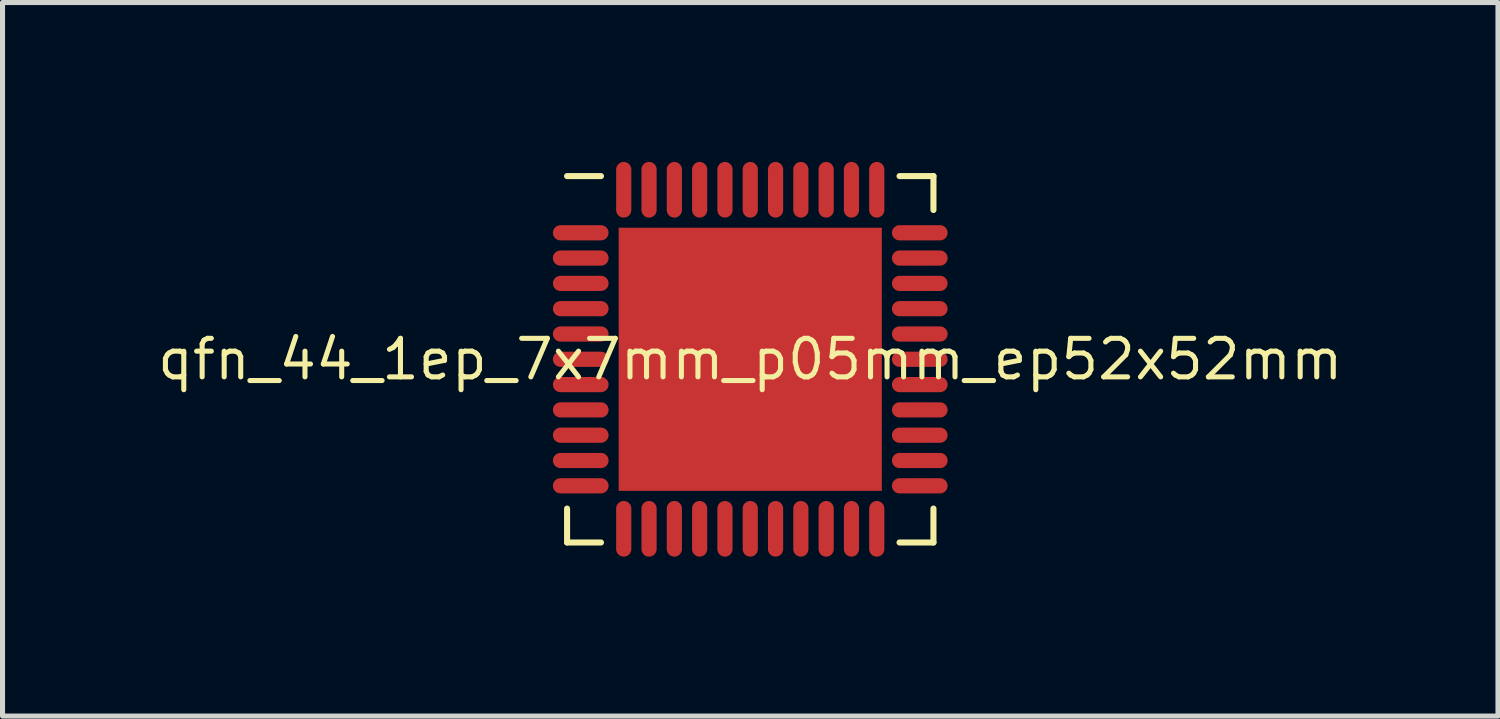
<source format=kicad_pcb>
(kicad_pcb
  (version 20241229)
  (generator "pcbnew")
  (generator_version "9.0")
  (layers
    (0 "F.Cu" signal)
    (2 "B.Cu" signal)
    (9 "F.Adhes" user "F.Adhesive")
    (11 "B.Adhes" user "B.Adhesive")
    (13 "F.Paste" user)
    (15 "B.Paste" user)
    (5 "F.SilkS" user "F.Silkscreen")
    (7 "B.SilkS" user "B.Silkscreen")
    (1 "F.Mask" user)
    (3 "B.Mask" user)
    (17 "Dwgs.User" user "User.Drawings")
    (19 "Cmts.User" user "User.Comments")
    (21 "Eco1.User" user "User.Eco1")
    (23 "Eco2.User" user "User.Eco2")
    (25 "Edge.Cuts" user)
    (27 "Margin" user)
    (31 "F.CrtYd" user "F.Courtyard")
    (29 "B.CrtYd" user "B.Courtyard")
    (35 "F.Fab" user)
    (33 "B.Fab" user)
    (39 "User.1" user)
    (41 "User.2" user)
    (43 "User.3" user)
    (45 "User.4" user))
  (footprint "qfn_44_1ep_7x7mm_p05mm_ep52x52mm"
    (layer "F.Cu")
    (at 11.776 4.05)
    (property "Reference" "qfn_44_1ep_7x7mm_p05mm_ep52x52mm" (at 0 0 0) (layer "F.SilkS") (effects (font (size 0.762 0.762) (thickness 0.1))))
    (attr through_hole)
    (fp_poly (pts (xy -2.75 2.75) (xy 2.75 2.75) (xy 2.75 -2.75) (xy -2.75 -2.75)) (stroke (width 0) (type solid)) (fill yes) (layer "F.Mask"))
    (fp_poly (pts (xy -2.95 -2.2) (xy -2.891 -2.206) (xy -2.835 -2.223) (xy -2.783 -2.251) (xy -2.738 -2.288) (xy -2.701 -2.333) (xy -2.673 -2.385) (xy -2.656 -2.441) (xy -2.65 -2.5) (xy -2.656 -2.559) (xy -2.673 -2.615) (xy -2.701 -2.667) (xy -2.738 -2.712) (xy -2.783 -2.749) (xy -2.835 -2.777) (xy -2.891 -2.794) (xy -2.95 -2.8) (xy -3.75 -2.8) (xy -3.809 -2.794) (xy -3.865 -2.777) (xy -3.917 -2.749) (xy -3.962 -2.712) (xy -3.999 -2.667) (xy -4.027 -2.615) (xy -4.044 -2.559) (xy -4.05 -2.5) (xy -4.044 -2.441) (xy -4.027 -2.385) (xy -3.999 -2.333) (xy -3.962 -2.288) (xy -3.917 -2.251) (xy -3.865 -2.223) (xy -3.809 -2.206) (xy -3.75 -2.2)) (stroke (width 0) (type solid)) (fill yes) (layer "F.Mask"))
    (fp_poly (pts (xy -2.95 -1.7) (xy -2.891 -1.706) (xy -2.835 -1.723) (xy -2.783 -1.751) (xy -2.738 -1.788) (xy -2.701 -1.833) (xy -2.673 -1.885) (xy -2.656 -1.941) (xy -2.65 -2) (xy -2.656 -2.059) (xy -2.673 -2.115) (xy -2.701 -2.167) (xy -2.738 -2.212) (xy -2.783 -2.249) (xy -2.835 -2.277) (xy -2.891 -2.294) (xy -2.95 -2.3) (xy -3.75 -2.3) (xy -3.809 -2.294) (xy -3.865 -2.277) (xy -3.917 -2.249) (xy -3.962 -2.212) (xy -3.999 -2.167) (xy -4.027 -2.115) (xy -4.044 -2.059) (xy -4.05 -2) (xy -4.044 -1.941) (xy -4.027 -1.885) (xy -3.999 -1.833) (xy -3.962 -1.788) (xy -3.917 -1.751) (xy -3.865 -1.723) (xy -3.809 -1.706) (xy -3.75 -1.7)) (stroke (width 0) (type solid)) (fill yes) (layer "F.Mask"))
    (fp_poly (pts (xy -2.95 -1.2) (xy -2.891 -1.206) (xy -2.835 -1.223) (xy -2.783 -1.251) (xy -2.738 -1.288) (xy -2.701 -1.333) (xy -2.673 -1.385) (xy -2.656 -1.441) (xy -2.65 -1.5) (xy -2.656 -1.559) (xy -2.673 -1.615) (xy -2.701 -1.667) (xy -2.738 -1.712) (xy -2.783 -1.749) (xy -2.835 -1.777) (xy -2.891 -1.794) (xy -2.95 -1.8) (xy -3.75 -1.8) (xy -3.809 -1.794) (xy -3.865 -1.777) (xy -3.917 -1.749) (xy -3.962 -1.712) (xy -3.999 -1.667) (xy -4.027 -1.615) (xy -4.044 -1.559) (xy -4.05 -1.5) (xy -4.044 -1.441) (xy -4.027 -1.385) (xy -3.999 -1.333) (xy -3.962 -1.288) (xy -3.917 -1.251) (xy -3.865 -1.223) (xy -3.809 -1.206) (xy -3.75 -1.2)) (stroke (width 0) (type solid)) (fill yes) (layer "F.Mask"))
    (fp_poly (pts (xy -2.95 -0.7) (xy -2.891 -0.706) (xy -2.835 -0.723) (xy -2.783 -0.751) (xy -2.738 -0.788) (xy -2.701 -0.833) (xy -2.673 -0.885) (xy -2.656 -0.941) (xy -2.65 -1) (xy -2.656 -1.059) (xy -2.673 -1.115) (xy -2.701 -1.167) (xy -2.738 -1.212) (xy -2.783 -1.249) (xy -2.835 -1.277) (xy -2.891 -1.294) (xy -2.95 -1.3) (xy -3.75 -1.3) (xy -3.809 -1.294) (xy -3.865 -1.277) (xy -3.917 -1.249) (xy -3.962 -1.212) (xy -3.999 -1.167) (xy -4.027 -1.115) (xy -4.044 -1.059) (xy -4.05 -1) (xy -4.044 -0.941) (xy -4.027 -0.885) (xy -3.999 -0.833) (xy -3.962 -0.788) (xy -3.917 -0.751) (xy -3.865 -0.723) (xy -3.809 -0.706) (xy -3.75 -0.7)) (stroke (width 0) (type solid)) (fill yes) (layer "F.Mask"))
    (fp_poly (pts (xy -2.95 -0.2) (xy -2.891 -0.206) (xy -2.835 -0.223) (xy -2.783 -0.251) (xy -2.738 -0.288) (xy -2.701 -0.333) (xy -2.673 -0.385) (xy -2.656 -0.441) (xy -2.65 -0.5) (xy -2.656 -0.559) (xy -2.673 -0.615) (xy -2.701 -0.667) (xy -2.738 -0.712) (xy -2.783 -0.749) (xy -2.835 -0.777) (xy -2.891 -0.794) (xy -2.95 -0.8) (xy -3.75 -0.8) (xy -3.809 -0.794) (xy -3.865 -0.777) (xy -3.917 -0.749) (xy -3.962 -0.712) (xy -3.999 -0.667) (xy -4.027 -0.615) (xy -4.044 -0.559) (xy -4.05 -0.5) (xy -4.044 -0.441) (xy -4.027 -0.385) (xy -3.999 -0.333) (xy -3.962 -0.288) (xy -3.917 -0.251) (xy -3.865 -0.223) (xy -3.809 -0.206) (xy -3.75 -0.2)) (stroke (width 0) (type solid)) (fill yes) (layer "F.Mask"))
    (fp_poly (pts (xy -2.95 0.3) (xy -2.891 0.294) (xy -2.835 0.277) (xy -2.783 0.249) (xy -2.738 0.212) (xy -2.701 0.167) (xy -2.673 0.115) (xy -2.656 0.059) (xy -2.65 0) (xy -2.656 -0.059) (xy -2.673 -0.115) (xy -2.701 -0.167) (xy -2.738 -0.212) (xy -2.783 -0.249) (xy -2.835 -0.277) (xy -2.891 -0.294) (xy -2.95 -0.3) (xy -3.75 -0.3) (xy -3.809 -0.294) (xy -3.865 -0.277) (xy -3.917 -0.249) (xy -3.962 -0.212) (xy -3.999 -0.167) (xy -4.027 -0.115) (xy -4.044 -0.059) (xy -4.05 0) (xy -4.044 0.059) (xy -4.027 0.115) (xy -3.999 0.167) (xy -3.962 0.212) (xy -3.917 0.249) (xy -3.865 0.277) (xy -3.809 0.294) (xy -3.75 0.3)) (stroke (width 0) (type solid)) (fill yes) (layer "F.Mask"))
    (fp_poly (pts (xy -2.95 0.8) (xy -2.891 0.794) (xy -2.835 0.777) (xy -2.783 0.749) (xy -2.738 0.712) (xy -2.701 0.667) (xy -2.673 0.615) (xy -2.656 0.559) (xy -2.65 0.5) (xy -2.656 0.441) (xy -2.673 0.385) (xy -2.701 0.333) (xy -2.738 0.288) (xy -2.783 0.251) (xy -2.835 0.223) (xy -2.891 0.206) (xy -2.95 0.2) (xy -3.75 0.2) (xy -3.809 0.206) (xy -3.865 0.223) (xy -3.917 0.251) (xy -3.962 0.288) (xy -3.999 0.333) (xy -4.027 0.385) (xy -4.044 0.441) (xy -4.05 0.5) (xy -4.044 0.559) (xy -4.027 0.615) (xy -3.999 0.667) (xy -3.962 0.712) (xy -3.917 0.749) (xy -3.865 0.777) (xy -3.809 0.794) (xy -3.75 0.8)) (stroke (width 0) (type solid)) (fill yes) (layer "F.Mask"))
    (fp_poly (pts (xy -2.95 1.3) (xy -2.891 1.294) (xy -2.835 1.277) (xy -2.783 1.249) (xy -2.738 1.212) (xy -2.701 1.167) (xy -2.673 1.115) (xy -2.656 1.059) (xy -2.65 1) (xy -2.656 0.941) (xy -2.673 0.885) (xy -2.701 0.833) (xy -2.738 0.788) (xy -2.783 0.751) (xy -2.835 0.723) (xy -2.891 0.706) (xy -2.95 0.7) (xy -3.75 0.7) (xy -3.809 0.706) (xy -3.865 0.723) (xy -3.917 0.751) (xy -3.962 0.788) (xy -3.999 0.833) (xy -4.027 0.885) (xy -4.044 0.941) (xy -4.05 1) (xy -4.044 1.059) (xy -4.027 1.115) (xy -3.999 1.167) (xy -3.962 1.212) (xy -3.917 1.249) (xy -3.865 1.277) (xy -3.809 1.294) (xy -3.75 1.3)) (stroke (width 0) (type solid)) (fill yes) (layer "F.Mask"))
    (fp_poly (pts (xy -2.95 1.8) (xy -2.891 1.794) (xy -2.835 1.777) (xy -2.783 1.749) (xy -2.738 1.712) (xy -2.701 1.667) (xy -2.673 1.615) (xy -2.656 1.559) (xy -2.65 1.5) (xy -2.656 1.441) (xy -2.673 1.385) (xy -2.701 1.333) (xy -2.738 1.288) (xy -2.783 1.251) (xy -2.835 1.223) (xy -2.891 1.206) (xy -2.95 1.2) (xy -3.75 1.2) (xy -3.809 1.206) (xy -3.865 1.223) (xy -3.917 1.251) (xy -3.962 1.288) (xy -3.999 1.333) (xy -4.027 1.385) (xy -4.044 1.441) (xy -4.05 1.5) (xy -4.044 1.559) (xy -4.027 1.615) (xy -3.999 1.667) (xy -3.962 1.712) (xy -3.917 1.749) (xy -3.865 1.777) (xy -3.809 1.794) (xy -3.75 1.8)) (stroke (width 0) (type solid)) (fill yes) (layer "F.Mask"))
    (fp_poly (pts (xy -2.95 2.3) (xy -2.891 2.294) (xy -2.835 2.277) (xy -2.783 2.249) (xy -2.738 2.212) (xy -2.701 2.167) (xy -2.673 2.115) (xy -2.656 2.059) (xy -2.65 2) (xy -2.656 1.941) (xy -2.673 1.885) (xy -2.701 1.833) (xy -2.738 1.788) (xy -2.783 1.751) (xy -2.835 1.723) (xy -2.891 1.706) (xy -2.95 1.7) (xy -3.75 1.7) (xy -3.809 1.706) (xy -3.865 1.723) (xy -3.917 1.751) (xy -3.962 1.788) (xy -3.999 1.833) (xy -4.027 1.885) (xy -4.044 1.941) (xy -4.05 2) (xy -4.044 2.059) (xy -4.027 2.115) (xy -3.999 2.167) (xy -3.962 2.212) (xy -3.917 2.249) (xy -3.865 2.277) (xy -3.809 2.294) (xy -3.75 2.3)) (stroke (width 0) (type solid)) (fill yes) (layer "F.Mask"))
    (fp_poly (pts (xy -2.95 2.8) (xy -2.891 2.794) (xy -2.835 2.777) (xy -2.783 2.749) (xy -2.738 2.712) (xy -2.701 2.667) (xy -2.673 2.615) (xy -2.656 2.559) (xy -2.65 2.5) (xy -2.656 2.441) (xy -2.673 2.385) (xy -2.701 2.333) (xy -2.738 2.288) (xy -2.783 2.251) (xy -2.835 2.223) (xy -2.891 2.206) (xy -2.95 2.2) (xy -3.75 2.2) (xy -3.809 2.206) (xy -3.865 2.223) (xy -3.917 2.251) (xy -3.962 2.288) (xy -3.999 2.333) (xy -4.027 2.385) (xy -4.044 2.441) (xy -4.05 2.5) (xy -4.044 2.559) (xy -4.027 2.615) (xy -3.999 2.667) (xy -3.962 2.712) (xy -3.917 2.749) (xy -3.865 2.777) (xy -3.809 2.794) (xy -3.75 2.8)) (stroke (width 0) (type solid)) (fill yes) (layer "F.Mask"))
    (fp_poly (pts (xy -2.2 -3.75) (xy -2.206 -3.809) (xy -2.223 -3.865) (xy -2.251 -3.917) (xy -2.288 -3.962) (xy -2.333 -3.999) (xy -2.385 -4.027) (xy -2.441 -4.044) (xy -2.5 -4.05) (xy -2.559 -4.044) (xy -2.615 -4.027) (xy -2.667 -3.999) (xy -2.712 -3.962) (xy -2.749 -3.917) (xy -2.777 -3.865) (xy -2.794 -3.809) (xy -2.8 -3.75) (xy -2.8 -2.95) (xy -2.794 -2.891) (xy -2.777 -2.835) (xy -2.749 -2.783) (xy -2.712 -2.738) (xy -2.667 -2.701) (xy -2.615 -2.673) (xy -2.559 -2.656) (xy -2.5 -2.65) (xy -2.441 -2.656) (xy -2.385 -2.673) (xy -2.333 -2.701) (xy -2.288 -2.738) (xy -2.251 -2.783) (xy -2.223 -2.835) (xy -2.206 -2.891) (xy -2.2 -2.95)) (stroke (width 0) (type solid)) (fill yes) (layer "F.Mask"))
    (fp_poly (pts (xy -2.2 2.95) (xy -2.206 2.891) (xy -2.223 2.835) (xy -2.251 2.783) (xy -2.288 2.738) (xy -2.333 2.701) (xy -2.385 2.673) (xy -2.441 2.656) (xy -2.5 2.65) (xy -2.559 2.656) (xy -2.615 2.673) (xy -2.667 2.701) (xy -2.712 2.738) (xy -2.749 2.783) (xy -2.777 2.835) (xy -2.794 2.891) (xy -2.8 2.95) (xy -2.8 3.75) (xy -2.794 3.809) (xy -2.777 3.865) (xy -2.749 3.917) (xy -2.712 3.962) (xy -2.667 3.999) (xy -2.615 4.027) (xy -2.559 4.044) (xy -2.5 4.05) (xy -2.441 4.044) (xy -2.385 4.027) (xy -2.333 3.999) (xy -2.288 3.962) (xy -2.251 3.917) (xy -2.223 3.865) (xy -2.206 3.809) (xy -2.2 3.75)) (stroke (width 0) (type solid)) (fill yes) (layer "F.Mask"))
    (fp_poly (pts (xy -1.7 -3.75) (xy -1.706 -3.809) (xy -1.723 -3.865) (xy -1.751 -3.917) (xy -1.788 -3.962) (xy -1.833 -3.999) (xy -1.885 -4.027) (xy -1.941 -4.044) (xy -2 -4.05) (xy -2.059 -4.044) (xy -2.115 -4.027) (xy -2.167 -3.999) (xy -2.212 -3.962) (xy -2.249 -3.917) (xy -2.277 -3.865) (xy -2.294 -3.809) (xy -2.3 -3.75) (xy -2.3 -2.95) (xy -2.294 -2.891) (xy -2.277 -2.835) (xy -2.249 -2.783) (xy -2.212 -2.738) (xy -2.167 -2.701) (xy -2.115 -2.673) (xy -2.059 -2.656) (xy -2 -2.65) (xy -1.941 -2.656) (xy -1.885 -2.673) (xy -1.833 -2.701) (xy -1.788 -2.738) (xy -1.751 -2.783) (xy -1.723 -2.835) (xy -1.706 -2.891) (xy -1.7 -2.95)) (stroke (width 0) (type solid)) (fill yes) (layer "F.Mask"))
    (fp_poly (pts (xy -1.7 2.95) (xy -1.706 2.891) (xy -1.723 2.835) (xy -1.751 2.783) (xy -1.788 2.738) (xy -1.833 2.701) (xy -1.885 2.673) (xy -1.941 2.656) (xy -2 2.65) (xy -2.059 2.656) (xy -2.115 2.673) (xy -2.167 2.701) (xy -2.212 2.738) (xy -2.249 2.783) (xy -2.277 2.835) (xy -2.294 2.891) (xy -2.3 2.95) (xy -2.3 3.75) (xy -2.294 3.809) (xy -2.277 3.865) (xy -2.249 3.917) (xy -2.212 3.962) (xy -2.167 3.999) (xy -2.115 4.027) (xy -2.059 4.044) (xy -2 4.05) (xy -1.941 4.044) (xy -1.885 4.027) (xy -1.833 3.999) (xy -1.788 3.962) (xy -1.751 3.917) (xy -1.723 3.865) (xy -1.706 3.809) (xy -1.7 3.75)) (stroke (width 0) (type solid)) (fill yes) (layer "F.Mask"))
    (fp_poly (pts (xy -1.2 -3.75) (xy -1.206 -3.809) (xy -1.223 -3.865) (xy -1.251 -3.917) (xy -1.288 -3.962) (xy -1.333 -3.999) (xy -1.385 -4.027) (xy -1.441 -4.044) (xy -1.5 -4.05) (xy -1.559 -4.044) (xy -1.615 -4.027) (xy -1.667 -3.999) (xy -1.712 -3.962) (xy -1.749 -3.917) (xy -1.777 -3.865) (xy -1.794 -3.809) (xy -1.8 -3.75) (xy -1.8 -2.95) (xy -1.794 -2.891) (xy -1.777 -2.835) (xy -1.749 -2.783) (xy -1.712 -2.738) (xy -1.667 -2.701) (xy -1.615 -2.673) (xy -1.559 -2.656) (xy -1.5 -2.65) (xy -1.441 -2.656) (xy -1.385 -2.673) (xy -1.333 -2.701) (xy -1.288 -2.738) (xy -1.251 -2.783) (xy -1.223 -2.835) (xy -1.206 -2.891) (xy -1.2 -2.95)) (stroke (width 0) (type solid)) (fill yes) (layer "F.Mask"))
    (fp_poly (pts (xy -1.2 2.95) (xy -1.206 2.891) (xy -1.223 2.835) (xy -1.251 2.783) (xy -1.288 2.738) (xy -1.333 2.701) (xy -1.385 2.673) (xy -1.441 2.656) (xy -1.5 2.65) (xy -1.559 2.656) (xy -1.615 2.673) (xy -1.667 2.701) (xy -1.712 2.738) (xy -1.749 2.783) (xy -1.777 2.835) (xy -1.794 2.891) (xy -1.8 2.95) (xy -1.8 3.75) (xy -1.794 3.809) (xy -1.777 3.865) (xy -1.749 3.917) (xy -1.712 3.962) (xy -1.667 3.999) (xy -1.615 4.027) (xy -1.559 4.044) (xy -1.5 4.05) (xy -1.441 4.044) (xy -1.385 4.027) (xy -1.333 3.999) (xy -1.288 3.962) (xy -1.251 3.917) (xy -1.223 3.865) (xy -1.206 3.809) (xy -1.2 3.75)) (stroke (width 0) (type solid)) (fill yes) (layer "F.Mask"))
    (fp_poly (pts (xy -0.7 -3.75) (xy -0.706 -3.809) (xy -0.723 -3.865) (xy -0.751 -3.917) (xy -0.788 -3.962) (xy -0.833 -3.999) (xy -0.885 -4.027) (xy -0.941 -4.044) (xy -1 -4.05) (xy -1.059 -4.044) (xy -1.115 -4.027) (xy -1.167 -3.999) (xy -1.212 -3.962) (xy -1.249 -3.917) (xy -1.277 -3.865) (xy -1.294 -3.809) (xy -1.3 -3.75) (xy -1.3 -2.95) (xy -1.294 -2.891) (xy -1.277 -2.835) (xy -1.249 -2.783) (xy -1.212 -2.738) (xy -1.167 -2.701) (xy -1.115 -2.673) (xy -1.059 -2.656) (xy -1 -2.65) (xy -0.941 -2.656) (xy -0.885 -2.673) (xy -0.833 -2.701) (xy -0.788 -2.738) (xy -0.751 -2.783) (xy -0.723 -2.835) (xy -0.706 -2.891) (xy -0.7 -2.95)) (stroke (width 0) (type solid)) (fill yes) (layer "F.Mask"))
    (fp_poly (pts (xy -0.7 2.95) (xy -0.706 2.891) (xy -0.723 2.835) (xy -0.751 2.783) (xy -0.788 2.738) (xy -0.833 2.701) (xy -0.885 2.673) (xy -0.941 2.656) (xy -1 2.65) (xy -1.059 2.656) (xy -1.115 2.673) (xy -1.167 2.701) (xy -1.212 2.738) (xy -1.249 2.783) (xy -1.277 2.835) (xy -1.294 2.891) (xy -1.3 2.95) (xy -1.3 3.75) (xy -1.294 3.809) (xy -1.277 3.865) (xy -1.249 3.917) (xy -1.212 3.962) (xy -1.167 3.999) (xy -1.115 4.027) (xy -1.059 4.044) (xy -1 4.05) (xy -0.941 4.044) (xy -0.885 4.027) (xy -0.833 3.999) (xy -0.788 3.962) (xy -0.751 3.917) (xy -0.723 3.865) (xy -0.706 3.809) (xy -0.7 3.75)) (stroke (width 0) (type solid)) (fill yes) (layer "F.Mask"))
    (fp_poly (pts (xy -0.2 -3.75) (xy -0.206 -3.809) (xy -0.223 -3.865) (xy -0.251 -3.917) (xy -0.288 -3.962) (xy -0.333 -3.999) (xy -0.385 -4.027) (xy -0.441 -4.044) (xy -0.5 -4.05) (xy -0.559 -4.044) (xy -0.615 -4.027) (xy -0.667 -3.999) (xy -0.712 -3.962) (xy -0.749 -3.917) (xy -0.777 -3.865) (xy -0.794 -3.809) (xy -0.8 -3.75) (xy -0.8 -2.95) (xy -0.794 -2.891) (xy -0.777 -2.835) (xy -0.749 -2.783) (xy -0.712 -2.738) (xy -0.667 -2.701) (xy -0.615 -2.673) (xy -0.559 -2.656) (xy -0.5 -2.65) (xy -0.441 -2.656) (xy -0.385 -2.673) (xy -0.333 -2.701) (xy -0.288 -2.738) (xy -0.251 -2.783) (xy -0.223 -2.835) (xy -0.206 -2.891) (xy -0.2 -2.95)) (stroke (width 0) (type solid)) (fill yes) (layer "F.Mask"))
    (fp_poly (pts (xy -0.2 2.95) (xy -0.206 2.891) (xy -0.223 2.835) (xy -0.251 2.783) (xy -0.288 2.738) (xy -0.333 2.701) (xy -0.385 2.673) (xy -0.441 2.656) (xy -0.5 2.65) (xy -0.559 2.656) (xy -0.615 2.673) (xy -0.667 2.701) (xy -0.712 2.738) (xy -0.749 2.783) (xy -0.777 2.835) (xy -0.794 2.891) (xy -0.8 2.95) (xy -0.8 3.75) (xy -0.794 3.809) (xy -0.777 3.865) (xy -0.749 3.917) (xy -0.712 3.962) (xy -0.667 3.999) (xy -0.615 4.027) (xy -0.559 4.044) (xy -0.5 4.05) (xy -0.441 4.044) (xy -0.385 4.027) (xy -0.333 3.999) (xy -0.288 3.962) (xy -0.251 3.917) (xy -0.223 3.865) (xy -0.206 3.809) (xy -0.2 3.75)) (stroke (width 0) (type solid)) (fill yes) (layer "F.Mask"))
    (fp_poly (pts (xy 0.3 -3.75) (xy 0.294 -3.809) (xy 0.277 -3.865) (xy 0.249 -3.917) (xy 0.212 -3.962) (xy 0.167 -3.999) (xy 0.115 -4.027) (xy 0.059 -4.044) (xy 0 -4.05) (xy -0.059 -4.044) (xy -0.115 -4.027) (xy -0.167 -3.999) (xy -0.212 -3.962) (xy -0.249 -3.917) (xy -0.277 -3.865) (xy -0.294 -3.809) (xy -0.3 -3.75) (xy -0.3 -2.95) (xy -0.294 -2.891) (xy -0.277 -2.835) (xy -0.249 -2.783) (xy -0.212 -2.738) (xy -0.167 -2.701) (xy -0.115 -2.673) (xy -0.059 -2.656) (xy 0 -2.65) (xy 0.059 -2.656) (xy 0.115 -2.673) (xy 0.167 -2.701) (xy 0.212 -2.738) (xy 0.249 -2.783) (xy 0.277 -2.835) (xy 0.294 -2.891) (xy 0.3 -2.95)) (stroke (width 0) (type solid)) (fill yes) (layer "F.Mask"))
    (fp_poly (pts (xy 0.3 2.95) (xy 0.294 2.891) (xy 0.277 2.835) (xy 0.249 2.783) (xy 0.212 2.738) (xy 0.167 2.701) (xy 0.115 2.673) (xy 0.059 2.656) (xy 0 2.65) (xy -0.059 2.656) (xy -0.115 2.673) (xy -0.167 2.701) (xy -0.212 2.738) (xy -0.249 2.783) (xy -0.277 2.835) (xy -0.294 2.891) (xy -0.3 2.95) (xy -0.3 3.75) (xy -0.294 3.809) (xy -0.277 3.865) (xy -0.249 3.917) (xy -0.212 3.962) (xy -0.167 3.999) (xy -0.115 4.027) (xy -0.059 4.044) (xy 0 4.05) (xy 0.059 4.044) (xy 0.115 4.027) (xy 0.167 3.999) (xy 0.212 3.962) (xy 0.249 3.917) (xy 0.277 3.865) (xy 0.294 3.809) (xy 0.3 3.75)) (stroke (width 0) (type solid)) (fill yes) (layer "F.Mask"))
    (fp_poly (pts (xy 0.8 -3.75) (xy 0.794 -3.809) (xy 0.777 -3.865) (xy 0.749 -3.917) (xy 0.712 -3.962) (xy 0.667 -3.999) (xy 0.615 -4.027) (xy 0.559 -4.044) (xy 0.5 -4.05) (xy 0.441 -4.044) (xy 0.385 -4.027) (xy 0.333 -3.999) (xy 0.288 -3.962) (xy 0.251 -3.917) (xy 0.223 -3.865) (xy 0.206 -3.809) (xy 0.2 -3.75) (xy 0.2 -2.95) (xy 0.206 -2.891) (xy 0.223 -2.835) (xy 0.251 -2.783) (xy 0.288 -2.738) (xy 0.333 -2.701) (xy 0.385 -2.673) (xy 0.441 -2.656) (xy 0.5 -2.65) (xy 0.559 -2.656) (xy 0.615 -2.673) (xy 0.667 -2.701) (xy 0.712 -2.738) (xy 0.749 -2.783) (xy 0.777 -2.835) (xy 0.794 -2.891) (xy 0.8 -2.95)) (stroke (width 0) (type solid)) (fill yes) (layer "F.Mask"))
    (fp_poly (pts (xy 0.8 2.95) (xy 0.794 2.891) (xy 0.777 2.835) (xy 0.749 2.783) (xy 0.712 2.738) (xy 0.667 2.701) (xy 0.615 2.673) (xy 0.559 2.656) (xy 0.5 2.65) (xy 0.441 2.656) (xy 0.385 2.673) (xy 0.333 2.701) (xy 0.288 2.738) (xy 0.251 2.783) (xy 0.223 2.835) (xy 0.206 2.891) (xy 0.2 2.95) (xy 0.2 3.75) (xy 0.206 3.809) (xy 0.223 3.865) (xy 0.251 3.917) (xy 0.288 3.962) (xy 0.333 3.999) (xy 0.385 4.027) (xy 0.441 4.044) (xy 0.5 4.05) (xy 0.559 4.044) (xy 0.615 4.027) (xy 0.667 3.999) (xy 0.712 3.962) (xy 0.749 3.917) (xy 0.777 3.865) (xy 0.794 3.809) (xy 0.8 3.75)) (stroke (width 0) (type solid)) (fill yes) (layer "F.Mask"))
    (fp_poly (pts (xy 1.3 -3.75) (xy 1.294 -3.809) (xy 1.277 -3.865) (xy 1.249 -3.917) (xy 1.212 -3.962) (xy 1.167 -3.999) (xy 1.115 -4.027) (xy 1.059 -4.044) (xy 1 -4.05) (xy 0.941 -4.044) (xy 0.885 -4.027) (xy 0.833 -3.999) (xy 0.788 -3.962) (xy 0.751 -3.917) (xy 0.723 -3.865) (xy 0.706 -3.809) (xy 0.7 -3.75) (xy 0.7 -2.95) (xy 0.706 -2.891) (xy 0.723 -2.835) (xy 0.751 -2.783) (xy 0.788 -2.738) (xy 0.833 -2.701) (xy 0.885 -2.673) (xy 0.941 -2.656) (xy 1 -2.65) (xy 1.059 -2.656) (xy 1.115 -2.673) (xy 1.167 -2.701) (xy 1.212 -2.738) (xy 1.249 -2.783) (xy 1.277 -2.835) (xy 1.294 -2.891) (xy 1.3 -2.95)) (stroke (width 0) (type solid)) (fill yes) (layer "F.Mask"))
    (fp_poly (pts (xy 1.3 2.95) (xy 1.294 2.891) (xy 1.277 2.835) (xy 1.249 2.783) (xy 1.212 2.738) (xy 1.167 2.701) (xy 1.115 2.673) (xy 1.059 2.656) (xy 1 2.65) (xy 0.941 2.656) (xy 0.885 2.673) (xy 0.833 2.701) (xy 0.788 2.738) (xy 0.751 2.783) (xy 0.723 2.835) (xy 0.706 2.891) (xy 0.7 2.95) (xy 0.7 3.75) (xy 0.706 3.809) (xy 0.723 3.865) (xy 0.751 3.917) (xy 0.788 3.962) (xy 0.833 3.999) (xy 0.885 4.027) (xy 0.941 4.044) (xy 1 4.05) (xy 1.059 4.044) (xy 1.115 4.027) (xy 1.167 3.999) (xy 1.212 3.962) (xy 1.249 3.917) (xy 1.277 3.865) (xy 1.294 3.809) (xy 1.3 3.75)) (stroke (width 0) (type solid)) (fill yes) (layer "F.Mask"))
    (fp_poly (pts (xy 1.8 -3.75) (xy 1.794 -3.809) (xy 1.777 -3.865) (xy 1.749 -3.917) (xy 1.712 -3.962) (xy 1.667 -3.999) (xy 1.615 -4.027) (xy 1.559 -4.044) (xy 1.5 -4.05) (xy 1.441 -4.044) (xy 1.385 -4.027) (xy 1.333 -3.999) (xy 1.288 -3.962) (xy 1.251 -3.917) (xy 1.223 -3.865) (xy 1.206 -3.809) (xy 1.2 -3.75) (xy 1.2 -2.95) (xy 1.206 -2.891) (xy 1.223 -2.835) (xy 1.251 -2.783) (xy 1.288 -2.738) (xy 1.333 -2.701) (xy 1.385 -2.673) (xy 1.441 -2.656) (xy 1.5 -2.65) (xy 1.559 -2.656) (xy 1.615 -2.673) (xy 1.667 -2.701) (xy 1.712 -2.738) (xy 1.749 -2.783) (xy 1.777 -2.835) (xy 1.794 -2.891) (xy 1.8 -2.95)) (stroke (width 0) (type solid)) (fill yes) (layer "F.Mask"))
    (fp_poly (pts (xy 1.8 2.95) (xy 1.794 2.891) (xy 1.777 2.835) (xy 1.749 2.783) (xy 1.712 2.738) (xy 1.667 2.701) (xy 1.615 2.673) (xy 1.559 2.656) (xy 1.5 2.65) (xy 1.441 2.656) (xy 1.385 2.673) (xy 1.333 2.701) (xy 1.288 2.738) (xy 1.251 2.783) (xy 1.223 2.835) (xy 1.206 2.891) (xy 1.2 2.95) (xy 1.2 3.75) (xy 1.206 3.809) (xy 1.223 3.865) (xy 1.251 3.917) (xy 1.288 3.962) (xy 1.333 3.999) (xy 1.385 4.027) (xy 1.441 4.044) (xy 1.5 4.05) (xy 1.559 4.044) (xy 1.615 4.027) (xy 1.667 3.999) (xy 1.712 3.962) (xy 1.749 3.917) (xy 1.777 3.865) (xy 1.794 3.809) (xy 1.8 3.75)) (stroke (width 0) (type solid)) (fill yes) (layer "F.Mask"))
    (fp_poly (pts (xy 2.3 -3.75) (xy 2.294 -3.809) (xy 2.277 -3.865) (xy 2.249 -3.917) (xy 2.212 -3.962) (xy 2.167 -3.999) (xy 2.115 -4.027) (xy 2.059 -4.044) (xy 2 -4.05) (xy 1.941 -4.044) (xy 1.885 -4.027) (xy 1.833 -3.999) (xy 1.788 -3.962) (xy 1.751 -3.917) (xy 1.723 -3.865) (xy 1.706 -3.809) (xy 1.7 -3.75) (xy 1.7 -2.95) (xy 1.706 -2.891) (xy 1.723 -2.835) (xy 1.751 -2.783) (xy 1.788 -2.738) (xy 1.833 -2.701) (xy 1.885 -2.673) (xy 1.941 -2.656) (xy 2 -2.65) (xy 2.059 -2.656) (xy 2.115 -2.673) (xy 2.167 -2.701) (xy 2.212 -2.738) (xy 2.249 -2.783) (xy 2.277 -2.835) (xy 2.294 -2.891) (xy 2.3 -2.95)) (stroke (width 0) (type solid)) (fill yes) (layer "F.Mask"))
    (fp_poly (pts (xy 2.3 2.95) (xy 2.294 2.891) (xy 2.277 2.835) (xy 2.249 2.783) (xy 2.212 2.738) (xy 2.167 2.701) (xy 2.115 2.673) (xy 2.059 2.656) (xy 2 2.65) (xy 1.941 2.656) (xy 1.885 2.673) (xy 1.833 2.701) (xy 1.788 2.738) (xy 1.751 2.783) (xy 1.723 2.835) (xy 1.706 2.891) (xy 1.7 2.95) (xy 1.7 3.75) (xy 1.706 3.809) (xy 1.723 3.865) (xy 1.751 3.917) (xy 1.788 3.962) (xy 1.833 3.999) (xy 1.885 4.027) (xy 1.941 4.044) (xy 2 4.05) (xy 2.059 4.044) (xy 2.115 4.027) (xy 2.167 3.999) (xy 2.212 3.962) (xy 2.249 3.917) (xy 2.277 3.865) (xy 2.294 3.809) (xy 2.3 3.75)) (stroke (width 0) (type solid)) (fill yes) (layer "F.Mask"))
    (fp_poly (pts (xy 2.8 -3.75) (xy 2.794 -3.809) (xy 2.777 -3.865) (xy 2.749 -3.917) (xy 2.712 -3.962) (xy 2.667 -3.999) (xy 2.615 -4.027) (xy 2.559 -4.044) (xy 2.5 -4.05) (xy 2.441 -4.044) (xy 2.385 -4.027) (xy 2.333 -3.999) (xy 2.288 -3.962) (xy 2.251 -3.917) (xy 2.223 -3.865) (xy 2.206 -3.809) (xy 2.2 -3.75) (xy 2.2 -2.95) (xy 2.206 -2.891) (xy 2.223 -2.835) (xy 2.251 -2.783) (xy 2.288 -2.738) (xy 2.333 -2.701) (xy 2.385 -2.673) (xy 2.441 -2.656) (xy 2.5 -2.65) (xy 2.559 -2.656) (xy 2.615 -2.673) (xy 2.667 -2.701) (xy 2.712 -2.738) (xy 2.749 -2.783) (xy 2.777 -2.835) (xy 2.794 -2.891) (xy 2.8 -2.95)) (stroke (width 0) (type solid)) (fill yes) (layer "F.Mask"))
    (fp_poly (pts (xy 2.8 2.95) (xy 2.794 2.891) (xy 2.777 2.835) (xy 2.749 2.783) (xy 2.712 2.738) (xy 2.667 2.701) (xy 2.615 2.673) (xy 2.559 2.656) (xy 2.5 2.65) (xy 2.441 2.656) (xy 2.385 2.673) (xy 2.333 2.701) (xy 2.288 2.738) (xy 2.251 2.783) (xy 2.223 2.835) (xy 2.206 2.891) (xy 2.2 2.95) (xy 2.2 3.75) (xy 2.206 3.809) (xy 2.223 3.865) (xy 2.251 3.917) (xy 2.288 3.962) (xy 2.333 3.999) (xy 2.385 4.027) (xy 2.441 4.044) (xy 2.5 4.05) (xy 2.559 4.044) (xy 2.615 4.027) (xy 2.667 3.999) (xy 2.712 3.962) (xy 2.749 3.917) (xy 2.777 3.865) (xy 2.794 3.809) (xy 2.8 3.75)) (stroke (width 0) (type solid)) (fill yes) (layer "F.Mask"))
    (fp_poly (pts (xy 3.75 -2.2) (xy 3.809 -2.206) (xy 3.865 -2.223) (xy 3.917 -2.251) (xy 3.962 -2.288) (xy 3.999 -2.333) (xy 4.027 -2.385) (xy 4.044 -2.441) (xy 4.05 -2.5) (xy 4.044 -2.559) (xy 4.027 -2.615) (xy 3.999 -2.667) (xy 3.962 -2.712) (xy 3.917 -2.749) (xy 3.865 -2.777) (xy 3.809 -2.794) (xy 3.75 -2.8) (xy 2.95 -2.8) (xy 2.891 -2.794) (xy 2.835 -2.777) (xy 2.783 -2.749) (xy 2.738 -2.712) (xy 2.701 -2.667) (xy 2.673 -2.615) (xy 2.656 -2.559) (xy 2.65 -2.5) (xy 2.656 -2.441) (xy 2.673 -2.385) (xy 2.701 -2.333) (xy 2.738 -2.288) (xy 2.783 -2.251) (xy 2.835 -2.223) (xy 2.891 -2.206) (xy 2.95 -2.2)) (stroke (width 0) (type solid)) (fill yes) (layer "F.Mask"))
    (fp_poly (pts (xy 3.75 -1.7) (xy 3.809 -1.706) (xy 3.865 -1.723) (xy 3.917 -1.751) (xy 3.962 -1.788) (xy 3.999 -1.833) (xy 4.027 -1.885) (xy 4.044 -1.941) (xy 4.05 -2) (xy 4.044 -2.059) (xy 4.027 -2.115) (xy 3.999 -2.167) (xy 3.962 -2.212) (xy 3.917 -2.249) (xy 3.865 -2.277) (xy 3.809 -2.294) (xy 3.75 -2.3) (xy 2.95 -2.3) (xy 2.891 -2.294) (xy 2.835 -2.277) (xy 2.783 -2.249) (xy 2.738 -2.212) (xy 2.701 -2.167) (xy 2.673 -2.115) (xy 2.656 -2.059) (xy 2.65 -2) (xy 2.656 -1.941) (xy 2.673 -1.885) (xy 2.701 -1.833) (xy 2.738 -1.788) (xy 2.783 -1.751) (xy 2.835 -1.723) (xy 2.891 -1.706) (xy 2.95 -1.7)) (stroke (width 0) (type solid)) (fill yes) (layer "F.Mask"))
    (fp_poly (pts (xy 3.75 -1.2) (xy 3.809 -1.206) (xy 3.865 -1.223) (xy 3.917 -1.251) (xy 3.962 -1.288) (xy 3.999 -1.333) (xy 4.027 -1.385) (xy 4.044 -1.441) (xy 4.05 -1.5) (xy 4.044 -1.559) (xy 4.027 -1.615) (xy 3.999 -1.667) (xy 3.962 -1.712) (xy 3.917 -1.749) (xy 3.865 -1.777) (xy 3.809 -1.794) (xy 3.75 -1.8) (xy 2.95 -1.8) (xy 2.891 -1.794) (xy 2.835 -1.777) (xy 2.783 -1.749) (xy 2.738 -1.712) (xy 2.701 -1.667) (xy 2.673 -1.615) (xy 2.656 -1.559) (xy 2.65 -1.5) (xy 2.656 -1.441) (xy 2.673 -1.385) (xy 2.701 -1.333) (xy 2.738 -1.288) (xy 2.783 -1.251) (xy 2.835 -1.223) (xy 2.891 -1.206) (xy 2.95 -1.2)) (stroke (width 0) (type solid)) (fill yes) (layer "F.Mask"))
    (fp_poly (pts (xy 3.75 -0.7) (xy 3.809 -0.706) (xy 3.865 -0.723) (xy 3.917 -0.751) (xy 3.962 -0.788) (xy 3.999 -0.833) (xy 4.027 -0.885) (xy 4.044 -0.941) (xy 4.05 -1) (xy 4.044 -1.059) (xy 4.027 -1.115) (xy 3.999 -1.167) (xy 3.962 -1.212) (xy 3.917 -1.249) (xy 3.865 -1.277) (xy 3.809 -1.294) (xy 3.75 -1.3) (xy 2.95 -1.3) (xy 2.891 -1.294) (xy 2.835 -1.277) (xy 2.783 -1.249) (xy 2.738 -1.212) (xy 2.701 -1.167) (xy 2.673 -1.115) (xy 2.656 -1.059) (xy 2.65 -1) (xy 2.656 -0.941) (xy 2.673 -0.885) (xy 2.701 -0.833) (xy 2.738 -0.788) (xy 2.783 -0.751) (xy 2.835 -0.723) (xy 2.891 -0.706) (xy 2.95 -0.7)) (stroke (width 0) (type solid)) (fill yes) (layer "F.Mask"))
    (fp_poly (pts (xy 3.75 -0.2) (xy 3.809 -0.206) (xy 3.865 -0.223) (xy 3.917 -0.251) (xy 3.962 -0.288) (xy 3.999 -0.333) (xy 4.027 -0.385) (xy 4.044 -0.441) (xy 4.05 -0.5) (xy 4.044 -0.559) (xy 4.027 -0.615) (xy 3.999 -0.667) (xy 3.962 -0.712) (xy 3.917 -0.749) (xy 3.865 -0.777) (xy 3.809 -0.794) (xy 3.75 -0.8) (xy 2.95 -0.8) (xy 2.891 -0.794) (xy 2.835 -0.777) (xy 2.783 -0.749) (xy 2.738 -0.712) (xy 2.701 -0.667) (xy 2.673 -0.615) (xy 2.656 -0.559) (xy 2.65 -0.5) (xy 2.656 -0.441) (xy 2.673 -0.385) (xy 2.701 -0.333) (xy 2.738 -0.288) (xy 2.783 -0.251) (xy 2.835 -0.223) (xy 2.891 -0.206) (xy 2.95 -0.2)) (stroke (width 0) (type solid)) (fill yes) (layer "F.Mask"))
    (fp_poly (pts (xy 3.75 0.3) (xy 3.809 0.294) (xy 3.865 0.277) (xy 3.917 0.249) (xy 3.962 0.212) (xy 3.999 0.167) (xy 4.027 0.115) (xy 4.044 0.059) (xy 4.05 0) (xy 4.044 -0.059) (xy 4.027 -0.115) (xy 3.999 -0.167) (xy 3.962 -0.212) (xy 3.917 -0.249) (xy 3.865 -0.277) (xy 3.809 -0.294) (xy 3.75 -0.3) (xy 2.95 -0.3) (xy 2.891 -0.294) (xy 2.835 -0.277) (xy 2.783 -0.249) (xy 2.738 -0.212) (xy 2.701 -0.167) (xy 2.673 -0.115) (xy 2.656 -0.059) (xy 2.65 0) (xy 2.656 0.059) (xy 2.673 0.115) (xy 2.701 0.167) (xy 2.738 0.212) (xy 2.783 0.249) (xy 2.835 0.277) (xy 2.891 0.294) (xy 2.95 0.3)) (stroke (width 0) (type solid)) (fill yes) (layer "F.Mask"))
    (fp_poly (pts (xy 3.75 0.8) (xy 3.809 0.794) (xy 3.865 0.777) (xy 3.917 0.749) (xy 3.962 0.712) (xy 3.999 0.667) (xy 4.027 0.615) (xy 4.044 0.559) (xy 4.05 0.5) (xy 4.044 0.441) (xy 4.027 0.385) (xy 3.999 0.333) (xy 3.962 0.288) (xy 3.917 0.251) (xy 3.865 0.223) (xy 3.809 0.206) (xy 3.75 0.2) (xy 2.95 0.2) (xy 2.891 0.206) (xy 2.835 0.223) (xy 2.783 0.251) (xy 2.738 0.288) (xy 2.701 0.333) (xy 2.673 0.385) (xy 2.656 0.441) (xy 2.65 0.5) (xy 2.656 0.559) (xy 2.673 0.615) (xy 2.701 0.667) (xy 2.738 0.712) (xy 2.783 0.749) (xy 2.835 0.777) (xy 2.891 0.794) (xy 2.95 0.8)) (stroke (width 0) (type solid)) (fill yes) (layer "F.Mask"))
    (fp_poly (pts (xy 3.75 1.3) (xy 3.809 1.294) (xy 3.865 1.277) (xy 3.917 1.249) (xy 3.962 1.212) (xy 3.999 1.167) (xy 4.027 1.115) (xy 4.044 1.059) (xy 4.05 1) (xy 4.044 0.941) (xy 4.027 0.885) (xy 3.999 0.833) (xy 3.962 0.788) (xy 3.917 0.751) (xy 3.865 0.723) (xy 3.809 0.706) (xy 3.75 0.7) (xy 2.95 0.7) (xy 2.891 0.706) (xy 2.835 0.723) (xy 2.783 0.751) (xy 2.738 0.788) (xy 2.701 0.833) (xy 2.673 0.885) (xy 2.656 0.941) (xy 2.65 1) (xy 2.656 1.059) (xy 2.673 1.115) (xy 2.701 1.167) (xy 2.738 1.212) (xy 2.783 1.249) (xy 2.835 1.277) (xy 2.891 1.294) (xy 2.95 1.3)) (stroke (width 0) (type solid)) (fill yes) (layer "F.Mask"))
    (fp_poly (pts (xy 3.75 1.8) (xy 3.809 1.794) (xy 3.865 1.777) (xy 3.917 1.749) (xy 3.962 1.712) (xy 3.999 1.667) (xy 4.027 1.615) (xy 4.044 1.559) (xy 4.05 1.5) (xy 4.044 1.441) (xy 4.027 1.385) (xy 3.999 1.333) (xy 3.962 1.288) (xy 3.917 1.251) (xy 3.865 1.223) (xy 3.809 1.206) (xy 3.75 1.2) (xy 2.95 1.2) (xy 2.891 1.206) (xy 2.835 1.223) (xy 2.783 1.251) (xy 2.738 1.288) (xy 2.701 1.333) (xy 2.673 1.385) (xy 2.656 1.441) (xy 2.65 1.5) (xy 2.656 1.559) (xy 2.673 1.615) (xy 2.701 1.667) (xy 2.738 1.712) (xy 2.783 1.749) (xy 2.835 1.777) (xy 2.891 1.794) (xy 2.95 1.8)) (stroke (width 0) (type solid)) (fill yes) (layer "F.Mask"))
    (fp_poly (pts (xy 3.75 2.3) (xy 3.809 2.294) (xy 3.865 2.277) (xy 3.917 2.249) (xy 3.962 2.212) (xy 3.999 2.167) (xy 4.027 2.115) (xy 4.044 2.059) (xy 4.05 2) (xy 4.044 1.941) (xy 4.027 1.885) (xy 3.999 1.833) (xy 3.962 1.788) (xy 3.917 1.751) (xy 3.865 1.723) (xy 3.809 1.706) (xy 3.75 1.7) (xy 2.95 1.7) (xy 2.891 1.706) (xy 2.835 1.723) (xy 2.783 1.751) (xy 2.738 1.788) (xy 2.701 1.833) (xy 2.673 1.885) (xy 2.656 1.941) (xy 2.65 2) (xy 2.656 2.059) (xy 2.673 2.115) (xy 2.701 2.167) (xy 2.738 2.212) (xy 2.783 2.249) (xy 2.835 2.277) (xy 2.891 2.294) (xy 2.95 2.3)) (stroke (width 0) (type solid)) (fill yes) (layer "F.Mask"))
    (fp_poly (pts (xy 3.75 2.8) (xy 3.809 2.794) (xy 3.865 2.777) (xy 3.917 2.749) (xy 3.962 2.712) (xy 3.999 2.667) (xy 4.027 2.615) (xy 4.044 2.559) (xy 4.05 2.5) (xy 4.044 2.441) (xy 4.027 2.385) (xy 3.999 2.333) (xy 3.962 2.288) (xy 3.917 2.251) (xy 3.865 2.223) (xy 3.809 2.206) (xy 3.75 2.2) (xy 2.95 2.2) (xy 2.891 2.206) (xy 2.835 2.223) (xy 2.783 2.251) (xy 2.738 2.288) (xy 2.701 2.333) (xy 2.673 2.385) (xy 2.656 2.441) (xy 2.65 2.5) (xy 2.656 2.559) (xy 2.673 2.615) (xy 2.701 2.667) (xy 2.738 2.712) (xy 2.783 2.749) (xy 2.835 2.777) (xy 2.891 2.794) (xy 2.95 2.8)) (stroke (width 0) (type solid)) (fill yes) (layer "F.Mask"))
    (fp_line (start -3.62 -3.62) (end -2.95 -3.62) (stroke (width 0.12) (type solid)) (layer "F.SilkS"))
    (fp_line (start -3.62 3.62) (end -3.62 2.95) (stroke (width 0.12) (type solid)) (layer "F.SilkS"))
    (fp_line (start -3.62 3.62) (end -2.95 3.62) (stroke (width 0.12) (type solid)) (layer "F.SilkS"))
    (fp_line (start 3.62 -3.62) (end 2.95 -3.62) (stroke (width 0.12) (type solid)) (layer "F.SilkS"))
    (fp_line (start 3.62 -3.62) (end 3.62 -2.95) (stroke (width 0.12) (type solid)) (layer "F.SilkS"))
    (fp_line (start 3.62 3.62) (end 2.95 3.62) (stroke (width 0.12) (type solid)) (layer "F.SilkS"))
    (fp_line (start 3.62 3.62) (end 3.62 2.95) (stroke (width 0.12) (type solid)) (layer "F.SilkS"))
    (fp_poly (pts (xy -2.475 -1.645) (xy -1.645 -1.645) (xy -1.645 -2.475) (xy -2.475 -2.475)) (stroke (width 0) (type solid)) (fill yes) (layer "F.Paste"))
    (fp_poly (pts (xy -2.475 -0.615) (xy -1.645 -0.615) (xy -1.645 -1.445) (xy -2.475 -1.445)) (stroke (width 0) (type solid)) (fill yes) (layer "F.Paste"))
    (fp_poly (pts (xy -2.475 0.415) (xy -1.645 0.415) (xy -1.645 -0.415) (xy -2.475 -0.415)) (stroke (width 0) (type solid)) (fill yes) (layer "F.Paste"))
    (fp_poly (pts (xy -2.475 1.445) (xy -1.645 1.445) (xy -1.645 0.615) (xy -2.475 0.615)) (stroke (width 0) (type solid)) (fill yes) (layer "F.Paste"))
    (fp_poly (pts (xy -2.475 2.475) (xy -1.645 2.475) (xy -1.645 1.645) (xy -2.475 1.645)) (stroke (width 0) (type solid)) (fill yes) (layer "F.Paste"))
    (fp_poly (pts (xy -1.445 -1.645) (xy -0.615 -1.645) (xy -0.615 -2.475) (xy -1.445 -2.475)) (stroke (width 0) (type solid)) (fill yes) (layer "F.Paste"))
    (fp_poly (pts (xy -1.445 -0.615) (xy -0.615 -0.615) (xy -0.615 -1.445) (xy -1.445 -1.445)) (stroke (width 0) (type solid)) (fill yes) (layer "F.Paste"))
    (fp_poly (pts (xy -1.445 0.415) (xy -0.615 0.415) (xy -0.615 -0.415) (xy -1.445 -0.415)) (stroke (width 0) (type solid)) (fill yes) (layer "F.Paste"))
    (fp_poly (pts (xy -1.445 1.445) (xy -0.615 1.445) (xy -0.615 0.615) (xy -1.445 0.615)) (stroke (width 0) (type solid)) (fill yes) (layer "F.Paste"))
    (fp_poly (pts (xy -1.445 2.475) (xy -0.615 2.475) (xy -0.615 1.645) (xy -1.445 1.645)) (stroke (width 0) (type solid)) (fill yes) (layer "F.Paste"))
    (fp_poly (pts (xy -0.415 -1.645) (xy 0.415 -1.645) (xy 0.415 -2.475) (xy -0.415 -2.475)) (stroke (width 0) (type solid)) (fill yes) (layer "F.Paste"))
    (fp_poly (pts (xy -0.415 -0.615) (xy 0.415 -0.615) (xy 0.415 -1.445) (xy -0.415 -1.445)) (stroke (width 0) (type solid)) (fill yes) (layer "F.Paste"))
    (fp_poly (pts (xy -0.415 0.415) (xy 0.415 0.415) (xy 0.415 -0.415) (xy -0.415 -0.415)) (stroke (width 0) (type solid)) (fill yes) (layer "F.Paste"))
    (fp_poly (pts (xy -0.415 1.445) (xy 0.415 1.445) (xy 0.415 0.615) (xy -0.415 0.615)) (stroke (width 0) (type solid)) (fill yes) (layer "F.Paste"))
    (fp_poly (pts (xy -0.415 2.475) (xy 0.415 2.475) (xy 0.415 1.645) (xy -0.415 1.645)) (stroke (width 0) (type solid)) (fill yes) (layer "F.Paste"))
    (fp_poly (pts (xy 0.615 -1.645) (xy 1.445 -1.645) (xy 1.445 -2.475) (xy 0.615 -2.475)) (stroke (width 0) (type solid)) (fill yes) (layer "F.Paste"))
    (fp_poly (pts (xy 0.615 -0.615) (xy 1.445 -0.615) (xy 1.445 -1.445) (xy 0.615 -1.445)) (stroke (width 0) (type solid)) (fill yes) (layer "F.Paste"))
    (fp_poly (pts (xy 0.615 0.415) (xy 1.445 0.415) (xy 1.445 -0.415) (xy 0.615 -0.415)) (stroke (width 0) (type solid)) (fill yes) (layer "F.Paste"))
    (fp_poly (pts (xy 0.615 1.445) (xy 1.445 1.445) (xy 1.445 0.615) (xy 0.615 0.615)) (stroke (width 0) (type solid)) (fill yes) (layer "F.Paste"))
    (fp_poly (pts (xy 0.615 2.475) (xy 1.445 2.475) (xy 1.445 1.645) (xy 0.615 1.645)) (stroke (width 0) (type solid)) (fill yes) (layer "F.Paste"))
    (fp_poly (pts (xy 1.645 -1.645) (xy 2.475 -1.645) (xy 2.475 -2.475) (xy 1.645 -2.475)) (stroke (width 0) (type solid)) (fill yes) (layer "F.Paste"))
    (fp_poly (pts (xy 1.645 -0.615) (xy 2.475 -0.615) (xy 2.475 -1.445) (xy 1.645 -1.445)) (stroke (width 0) (type solid)) (fill yes) (layer "F.Paste"))
    (fp_poly (pts (xy 1.645 0.415) (xy 2.475 0.415) (xy 2.475 -0.415) (xy 1.645 -0.415)) (stroke (width 0) (type solid)) (fill yes) (layer "F.Paste"))
    (fp_poly (pts (xy 1.645 1.445) (xy 2.475 1.445) (xy 2.475 0.615) (xy 1.645 0.615)) (stroke (width 0) (type solid)) (fill yes) (layer "F.Paste"))
    (fp_poly (pts (xy 1.645 2.475) (xy 2.475 2.475) (xy 2.475 1.645) (xy 1.645 1.645)) (stroke (width 0) (type solid)) (fill yes) (layer "F.Paste"))
    (pad "1" smd oval (at -3.35 -2.5) (size 1.1 0.3) (layers "F.Cu" "F.Paste"))
    (pad "2" smd oval (at -3.35 -2) (size 1.1 0.3) (layers "F.Cu" "F.Paste"))
    (pad "3" smd oval (at -3.35 -1.5) (size 1.1 0.3) (layers "F.Cu" "F.Paste"))
    (pad "4" smd oval (at -3.35 -1) (size 1.1 0.3) (layers "F.Cu" "F.Paste"))
    (pad "5" smd oval (at -3.35 -0.5) (size 1.1 0.3) (layers "F.Cu" "F.Paste"))
    (pad "6" smd oval (at -3.35 0) (size 1.1 0.3) (layers "F.Cu" "F.Paste"))
    (pad "7" smd oval (at -3.35 0.5) (size 1.1 0.3) (layers "F.Cu" "F.Paste"))
    (pad "8" smd oval (at -3.35 1) (size 1.1 0.3) (layers "F.Cu" "F.Paste"))
    (pad "9" smd oval (at -3.35 1.5) (size 1.1 0.3) (layers "F.Cu" "F.Paste"))
    (pad "10" smd oval (at -3.35 2) (size 1.1 0.3) (layers "F.Cu" "F.Paste"))
    (pad "11" smd oval (at -3.35 2.5) (size 1.1 0.3) (layers "F.Cu" "F.Paste"))
    (pad "12" smd oval (at -2.5 3.35 90) (size 1.1 0.3) (layers "F.Cu" "F.Paste"))
    (pad "13" smd oval (at -2 3.35 90) (size 1.1 0.3) (layers "F.Cu" "F.Paste"))
    (pad "14" smd oval (at -1.5 3.35 90) (size 1.1 0.3) (layers "F.Cu" "F.Paste"))
    (pad "15" smd oval (at -1 3.35 90) (size 1.1 0.3) (layers "F.Cu" "F.Paste"))
    (pad "16" smd oval (at -0.5 3.35 90) (size 1.1 0.3) (layers "F.Cu" "F.Paste"))
    (pad "17" smd oval (at 0 3.35 90) (size 1.1 0.3) (layers "F.Cu" "F.Paste"))
    (pad "18" smd oval (at 0.5 3.35 90) (size 1.1 0.3) (layers "F.Cu" "F.Paste"))
    (pad "19" smd oval (at 1 3.35 90) (size 1.1 0.3) (layers "F.Cu" "F.Paste"))
    (pad "20" smd oval (at 1.5 3.35 90) (size 1.1 0.3) (layers "F.Cu" "F.Paste"))
    (pad "21" smd oval (at 2 3.35 90) (size 1.1 0.3) (layers "F.Cu" "F.Paste"))
    (pad "22" smd oval (at 2.5 3.35 90) (size 1.1 0.3) (layers "F.Cu" "F.Paste"))
    (pad "23" smd oval (at 3.35 2.5) (size 1.1 0.3) (layers "F.Cu" "F.Paste"))
    (pad "24" smd oval (at 3.35 2) (size 1.1 0.3) (layers "F.Cu" "F.Paste"))
    (pad "25" smd oval (at 3.35 1.5) (size 1.1 0.3) (layers "F.Cu" "F.Paste"))
    (pad "26" smd oval (at 3.35 1) (size 1.1 0.3) (layers "F.Cu" "F.Paste"))
    (pad "27" smd oval (at 3.35 0.5) (size 1.1 0.3) (layers "F.Cu" "F.Paste"))
    (pad "28" smd oval (at 3.35 0) (size 1.1 0.3) (layers "F.Cu" "F.Paste"))
    (pad "29" smd oval (at 3.35 -0.5) (size 1.1 0.3) (layers "F.Cu" "F.Paste"))
    (pad "30" smd oval (at 3.35 -1) (size 1.1 0.3) (layers "F.Cu" "F.Paste"))
    (pad "31" smd oval (at 3.35 -1.5) (size 1.1 0.3) (layers "F.Cu" "F.Paste"))
    (pad "32" smd oval (at 3.35 -2) (size 1.1 0.3) (layers "F.Cu" "F.Paste"))
    (pad "33" smd oval (at 3.35 -2.5) (size 1.1 0.3) (layers "F.Cu" "F.Paste"))
    (pad "34" smd oval (at 2.5 -3.35 90) (size 1.1 0.3) (layers "F.Cu" "F.Paste"))
    (pad "35" smd oval (at 2 -3.35 90) (size 1.1 0.3) (layers "F.Cu" "F.Paste"))
    (pad "36" smd oval (at 1.5 -3.35 90) (size 1.1 0.3) (layers "F.Cu" "F.Paste"))
    (pad "37" smd oval (at 1 -3.35 90) (size 1.1 0.3) (layers "F.Cu" "F.Paste"))
    (pad "38" smd oval (at 0.5 -3.35 90) (size 1.1 0.3) (layers "F.Cu" "F.Paste"))
    (pad "39" smd oval (at 0 -3.35 90) (size 1.1 0.3) (layers "F.Cu" "F.Paste"))
    (pad "40" smd oval (at -0.5 -3.35 90) (size 1.1 0.3) (layers "F.Cu" "F.Paste"))
    (pad "41" smd oval (at -1 -3.35 90) (size 1.1 0.3) (layers "F.Cu" "F.Paste"))
    (pad "42" smd oval (at -1.5 -3.35 90) (size 1.1 0.3) (layers "F.Cu" "F.Paste"))
    (pad "43" smd oval (at -2 -3.35 90) (size 1.1 0.3) (layers "F.Cu" "F.Paste"))
    (pad "44" smd oval (at -2.5 -3.35 90) (size 1.1 0.3) (layers "F.Cu" "F.Paste"))
    (pad "45" smd rect (at 0 0) (size 5.2 5.2) (layers "F.Cu" "F.Paste")))
  (gr_rect
    (start -3 -3)
    (end 26.552 11.1)
    (stroke (width 0.1) (type default))
    (fill no)
    (layer "Edge.Cuts")))
</source>
